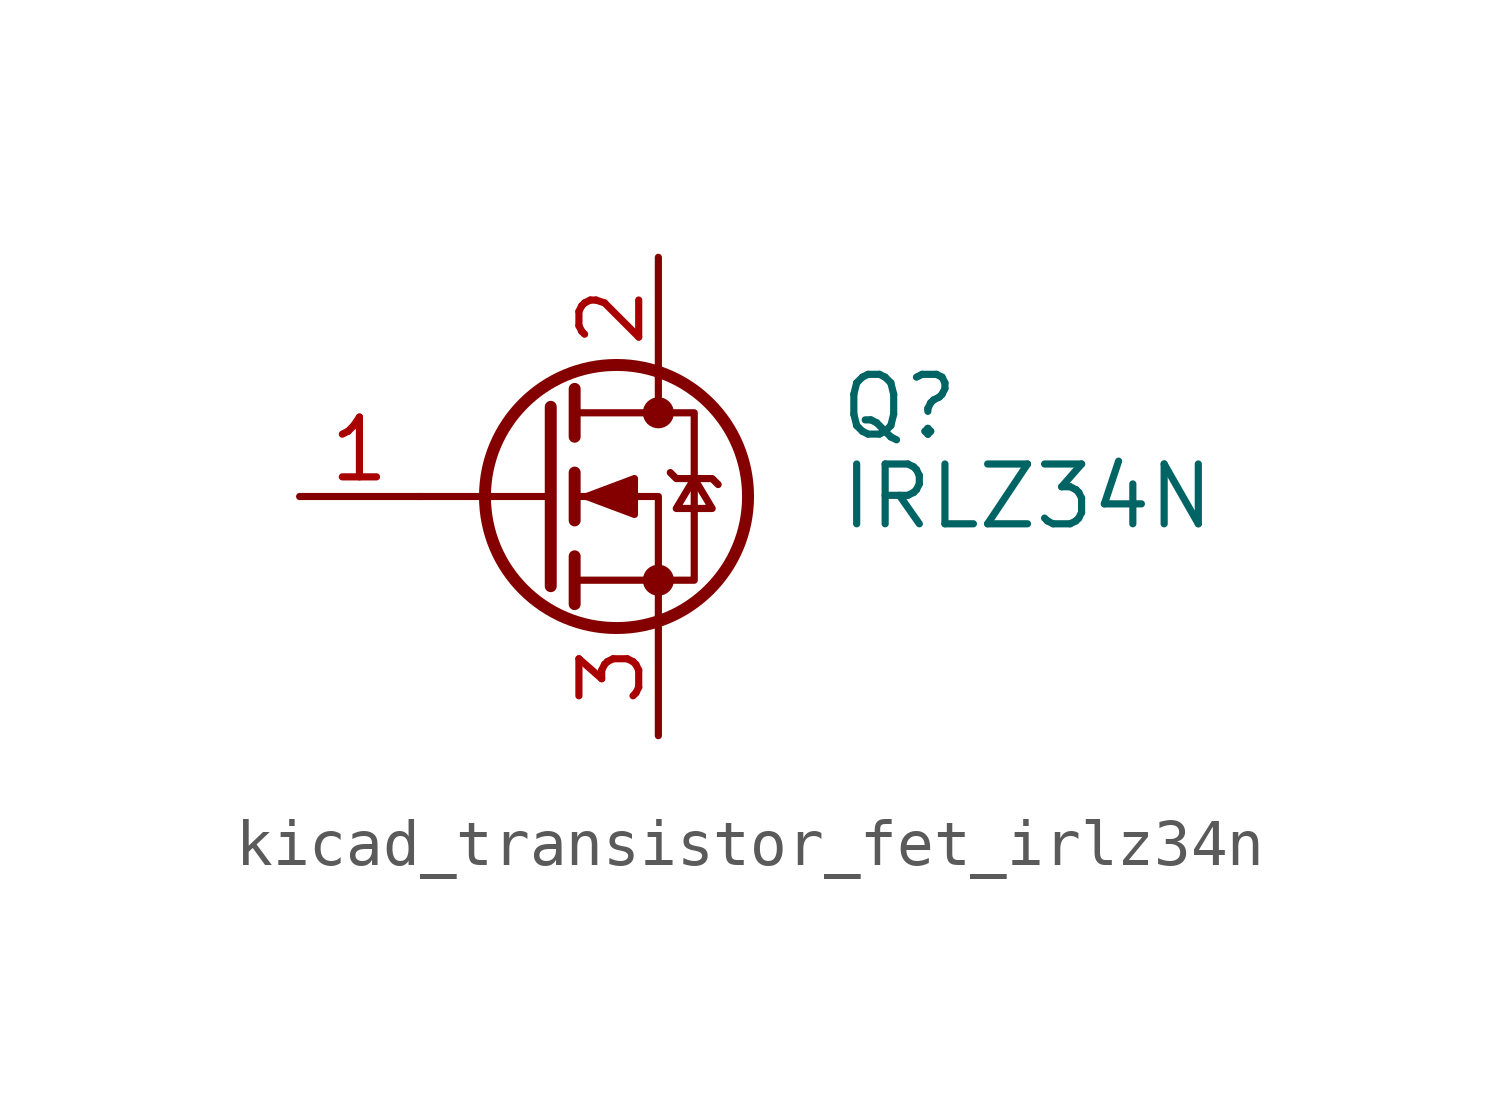
<source format=kicad_sym>
(kicad_symbol_lib
  (version 20220914)
  (generator kicad_symbol_editor)
  (symbol "kicad_transistor_fet_irlz34n"
    (pin_names hide)
    (property "Reference" "Q"
      (at 6.35 1.905 0)
      (effects (font (size 1.27 1.27)) (justify left)))
    (property "Value" "IRLZ34N"
      (at 6.35 0 0)
      (effects (font (size 1.27 1.27)) (justify left)))
    (symbol "kicad_transistor_fet_irlz34n_0_1"
      (polyline (pts (xy 0.254 0) (xy -2.54 0)) (stroke (width 0) (type default)) (fill (type none)))
      (polyline (pts (xy 0.254 1.905) (xy 0.254 -1.905)) (stroke (width 0.254) (type default)) (fill (type none)))
      (polyline (pts (xy 0.762 -1.27) (xy 0.762 -2.286)) (stroke (width 0.254) (type default)) (fill (type none)))
      (polyline (pts (xy 0.762 0.508) (xy 0.762 -0.508)) (stroke (width 0.254) (type default)) (fill (type none)))
      (polyline (pts (xy 0.762 2.286) (xy 0.762 1.27)) (stroke (width 0.254) (type default)) (fill (type none)))
      (polyline (pts (xy 2.54 2.54) (xy 2.54 1.778)) (stroke (width 0) (type default)) (fill (type none)))
      (polyline (pts (xy 2.54 -2.54) (xy 2.54 0) (xy 0.762 0)) (stroke (width 0) (type default)) (fill (type none)))
      (polyline (pts (xy 0.762 -1.778) (xy 3.302 -1.778) (xy 3.302 1.778) (xy 0.762 1.778)) (stroke (width 0) (type default)) (fill (type none)))
      (polyline (pts (xy 1.016 0) (xy 2.032 0.381) (xy 2.032 -0.381) (xy 1.016 0)) (stroke (width 0) (type default)) (fill (type outline)))
      (polyline (pts (xy 2.794 0.508) (xy 2.921 0.381) (xy 3.683 0.381) (xy 3.81 0.254)) (stroke (width 0) (type default)) (fill (type none)))
      (polyline (pts (xy 3.302 0.381) (xy 2.921 -0.254) (xy 3.683 -0.254) (xy 3.302 0.381)) (stroke (width 0) (type default)) (fill (type none)))
      (circle (center 1.651 0) (radius 2.794) (stroke (width 0.254) (type default)) (fill (type none)))
      (circle (center 2.54 -1.778) (radius 0.254) (stroke (width 0) (type default)) (fill (type outline)))
      (circle (center 2.54 1.778) (radius 0.254) (stroke (width 0) (type default)) (fill (type outline))))
    (symbol "kicad_transistor_fet_irlz34n_1_1"
      (pin input line (at -5.08 0 0) (length 2.54) (name "G" (effects (font (size 1.27 1.27)))) (number "1" (effects (font (size 1.27 1.27)))))
      (pin passive line (at 2.54 5.08 270) (length 2.54) (name "D" (effects (font (size 1.27 1.27)))) (number "2" (effects (font (size 1.27 1.27)))))
      (pin passive line (at 2.54 -5.08 90) (length 2.54) (name "S" (effects (font (size 1.27 1.27)))) (number "3" (effects (font (size 1.27 1.27))))))))
</source>
